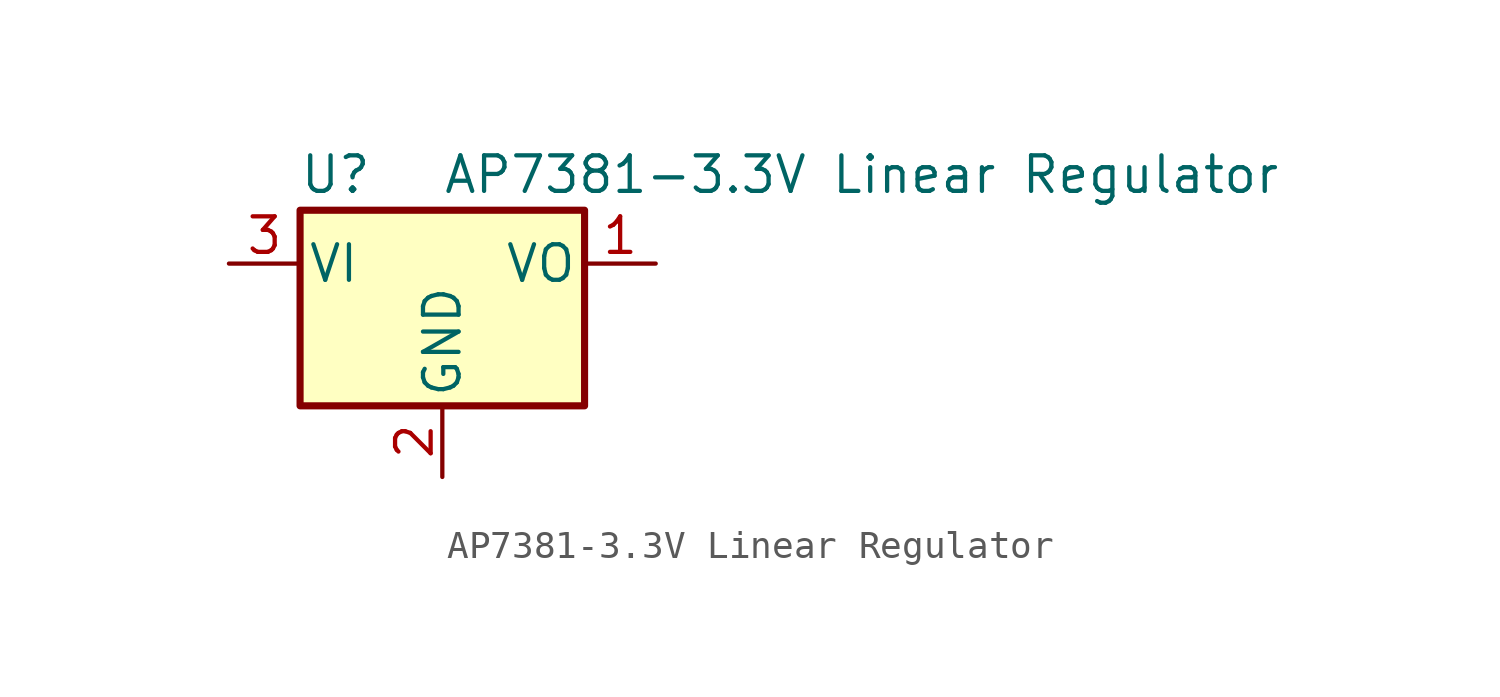
<source format=kicad_sym>
(kicad_symbol_lib
  (version 20220914)
  (generator kicad_symbol_editor)
  (symbol "AP7381-3.3V Linear Regulator"
    (pin_names
      (offset 0.254))
    (property "Reference" "U"
      (at -3.81 3.175 0)
      (effects (font (size 1.27 1.27))))
    (property "Value" "AP7381-3.3V Linear Regulator"
      (at 0 3.175 0)
      (effects (font (size 1.27 1.27)) (justify left)))
    (symbol "AP7381-3.3V Linear Regulator_0_1"
      (rectangle (start -5.08 1.905) (end 5.08 -5.08) (stroke (width 0.254) (type default)) (fill (type background))))
    (symbol "AP7381-3.3V Linear Regulator_1_1"
      (pin power_out line (at 7.62 0 180) (length 2.54) (name "VO" (effects (font (size 1.27 1.27)))) (number "1" (effects (font (size 1.27 1.27)))))
      (pin power_in line (at 0 -7.62 90) (length 2.54) (name "GND" (effects (font (size 1.27 1.27)))) (number "2" (effects (font (size 1.27 1.27)))))
      (pin power_in line (at -7.62 0 0) (length 2.54) (name "VI" (effects (font (size 1.27 1.27)))) (number "3" (effects (font (size 1.27 1.27))))))))
</source>
